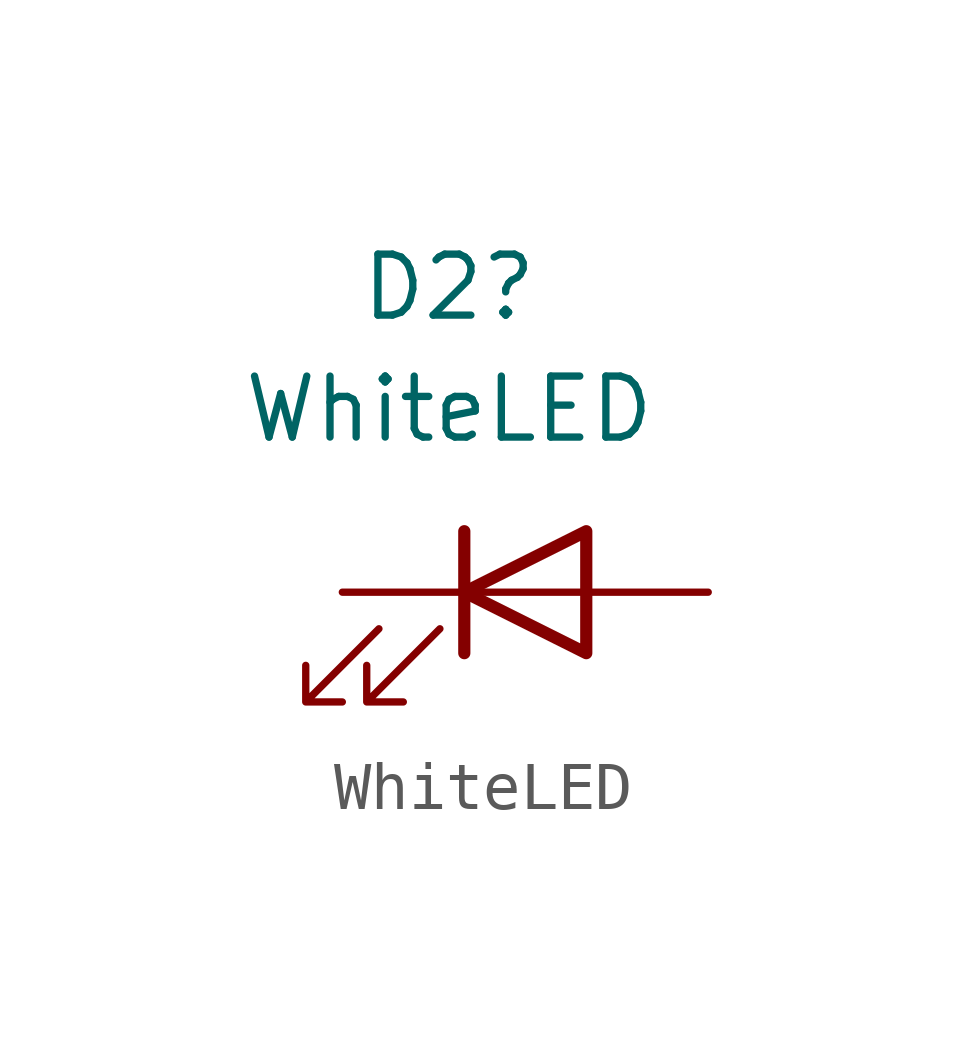
<source format=kicad_sym>
(kicad_symbol_lib
  (version 20220914)
  (generator kicad_symbol_editor)
  (symbol "WhiteLED"
    (pin_numbers hide)
    (pin_names
      (offset 1.016) hide)
    (property "Reference" "D2"
      (at -1.587 6.35 0)
      (effects (font (size 1.27 1.27))))
    (property "Value" "WhiteLED"
      (at -1.587 3.81 0)
      (effects (font (size 1.27 1.27))))
    (symbol "WhiteLED_0_1"
      (polyline (pts (xy -1.27 -1.27) (xy -1.27 1.27)) (stroke (width 0.254) (type default)) (fill (type none)))
      (polyline (pts (xy -1.27 0) (xy 1.27 0)) (stroke (width 0) (type default)) (fill (type none)))
      (polyline (pts (xy 1.27 -1.27) (xy 1.27 1.27) (xy -1.27 0) (xy 1.27 -1.27)) (stroke (width 0.254) (type default)) (fill (type none)))
      (polyline (pts (xy -3.048 -0.762) (xy -4.572 -2.286) (xy -3.81 -2.286) (xy -4.572 -2.286) (xy -4.572 -1.524)) (stroke (width 0) (type default)) (fill (type none)))
      (polyline (pts (xy -1.778 -0.762) (xy -3.302 -2.286) (xy -2.54 -2.286) (xy -3.302 -2.286) (xy -3.302 -1.524)) (stroke (width 0) (type default)) (fill (type none))))
    (symbol "WhiteLED_1_1"
      (pin passive line (at -3.81 0 0) (length 2.54) (name "K" (effects (font (size 1.27 1.27)))) (number "1" (effects (font (size 1.27 1.27)))))
      (pin passive line (at 3.81 0 180) (length 2.54) (name "A" (effects (font (size 1.27 1.27)))) (number "2" (effects (font (size 1.27 1.27))))))))
</source>
